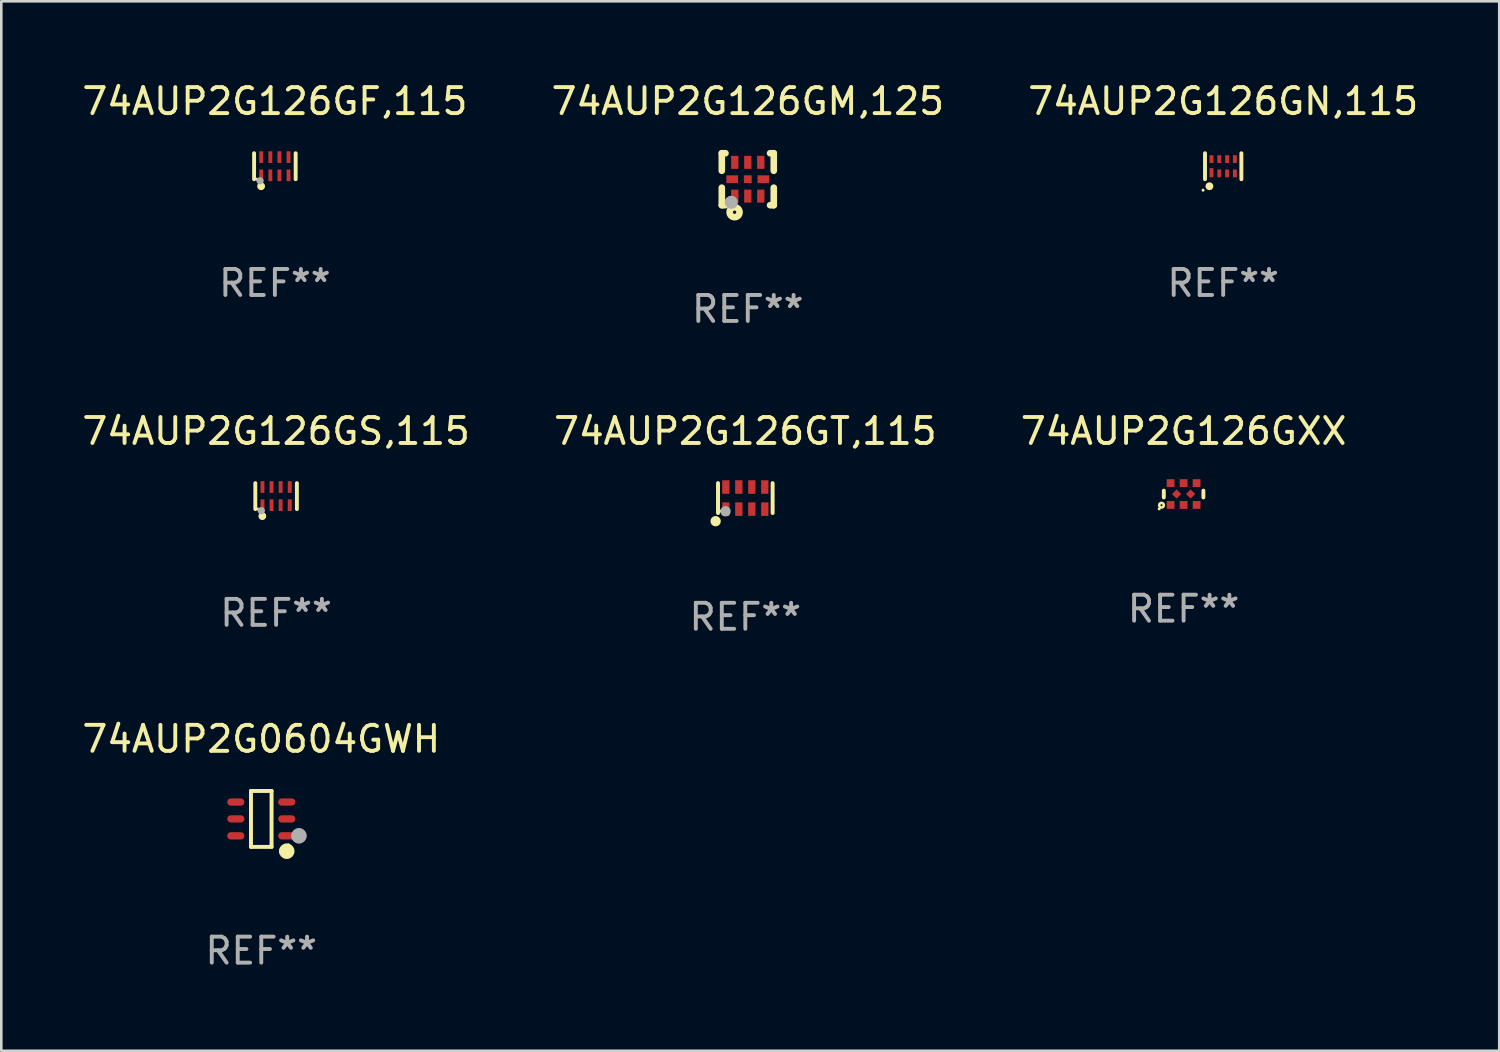
<source format=kicad_pcb>
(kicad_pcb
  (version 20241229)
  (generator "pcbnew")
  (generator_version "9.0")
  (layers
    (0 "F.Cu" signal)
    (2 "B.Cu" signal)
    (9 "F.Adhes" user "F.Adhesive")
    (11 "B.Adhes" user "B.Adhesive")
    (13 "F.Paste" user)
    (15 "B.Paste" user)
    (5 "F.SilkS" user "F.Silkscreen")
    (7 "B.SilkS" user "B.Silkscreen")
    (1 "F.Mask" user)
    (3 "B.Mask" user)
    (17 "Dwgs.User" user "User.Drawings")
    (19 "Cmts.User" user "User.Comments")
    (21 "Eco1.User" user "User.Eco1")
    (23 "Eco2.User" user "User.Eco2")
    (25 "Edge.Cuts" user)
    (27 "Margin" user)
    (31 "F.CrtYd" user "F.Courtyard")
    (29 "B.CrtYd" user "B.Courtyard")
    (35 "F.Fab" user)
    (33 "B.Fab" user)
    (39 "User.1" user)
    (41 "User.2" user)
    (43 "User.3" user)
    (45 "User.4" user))
  (footprint "74AUP2G126GT,115"
    (layer "F.Cu")
    (at 25.637 16.121)
    (property "Reference" "74AUP2G126GT,115" (at 0 -2.576 0) (layer "F.SilkS") (effects (font (size 1 1) (thickness 0.15))))
    (attr through_hole)
    (fp_line (start -1.051 0.576) (end -1.051 -0.576) (stroke (width 0.152) (type solid)) (layer "F.SilkS"))
    (fp_line (start 1.051 -0.576) (end 1.051 0.576) (stroke (width 0.152) (type solid)) (layer "F.SilkS"))
    (fp_circle (center -1.143 0.889) (end -1.043 0.889) (stroke (width 0.2) (type solid)) (fill no) (layer "F.SilkS"))
    (fp_circle (center -0.975 0.5) (end -0.945 0.5) (stroke (width 0.06) (type solid)) (fill no) (layer "F.SilkS"))
    (fp_circle (center -0.762 0.508) (end -0.662 0.508) (stroke (width 0.2) (type solid)) (fill no) (layer "F.Fab"))
    (fp_text user "REF**" (at 0 4.576 0) (layer "F.Fab") (effects (font (size 1 1) (thickness 0.15))))
    (pad "1" smd rect (at -0.75 0.425) (size 0.28 0.521) (layers "F.Cu" "F.Mask" "F.Paste"))
    (pad "2" smd rect (at -0.25 0.425) (size 0.28 0.521) (layers "F.Cu" "F.Mask" "F.Paste"))
    (pad "3" smd rect (at 0.25 0.425) (size 0.28 0.521) (layers "F.Cu" "F.Mask" "F.Paste"))
    (pad "4" smd rect (at 0.75 0.425) (size 0.28 0.521) (layers "F.Cu" "F.Mask" "F.Paste"))
    (pad "5" smd rect (at 0.75 -0.425) (size 0.28 0.521) (layers "F.Cu" "F.Mask" "F.Paste"))
    (pad "6" smd rect (at 0.25 -0.425) (size 0.28 0.521) (layers "F.Cu" "F.Mask" "F.Paste"))
    (pad "7" smd rect (at -0.25 -0.425) (size 0.28 0.521) (layers "F.Cu" "F.Mask" "F.Paste"))
    (pad "8" smd rect (at -0.75 -0.425) (size 0.28 0.521) (layers "F.Cu" "F.Mask" "F.Paste")))
  (footprint "74AUP2G126GM,125"
    (layer "F.Cu")
    (at 25.732 3.848)
    (property "Reference" "74AUP2G126GM,125" (at 0 -3 0) (layer "F.SilkS") (effects (font (size 1 1) (thickness 0.15))))
    (attr through_hole)
    (fp_line (start -1 -1) (end -0.858 -1) (stroke (width 0.254) (type solid)) (layer "F.SilkS"))
    (fp_line (start -1 -0.325) (end -1 -1) (stroke (width 0.254) (type solid)) (layer "F.SilkS"))
    (fp_line (start -1 1) (end -1 0.325) (stroke (width 0.254) (type solid)) (layer "F.SilkS"))
    (fp_line (start -0.858 1) (end -1 1) (stroke (width 0.254) (type solid)) (layer "F.SilkS"))
    (fp_line (start 0.858 -1) (end 1 -1) (stroke (width 0.254) (type solid)) (layer "F.SilkS"))
    (fp_line (start 1 -1) (end 1 -0.325) (stroke (width 0.254) (type solid)) (layer "F.SilkS"))
    (fp_line (start 1 0.325) (end 1 1) (stroke (width 0.254) (type solid)) (layer "F.SilkS"))
    (fp_line (start 1 1) (end 0.858 1) (stroke (width 0.254) (type solid)) (layer "F.SilkS"))
    (fp_circle (center -0.8 0.8) (end -0.77 0.8) (stroke (width 0.06) (type solid)) (fill no) (layer "F.SilkS"))
    (fp_circle (center -0.508 1.27) (end -0.444 1.27) (stroke (width 0.254) (type solid)) (fill no) (layer "F.SilkS"))
    (fp_circle (center -0.635 0.889) (end -0.508 0.889) (stroke (width 0.254) (type solid)) (fill no) (layer "F.Fab"))
    (fp_text user "REF**" (at 0 5 0) (layer "F.Fab") (effects (font (size 1 1) (thickness 0.15))))
    (pad "1" smd rect (at -0.5 0.65 90) (size 0.5 0.28) (layers "F.Cu" "F.Mask" "F.Paste"))
    (pad "2" smd rect (at 0.000013 0.65 90) (size 0.5 0.28) (layers "F.Cu" "F.Mask" "F.Paste"))
    (pad "3" smd rect (at 0.5 0.65 90) (size 0.5 0.28) (layers "F.Cu" "F.Mask" "F.Paste"))
    (pad "4" smd rect (at 0.6 0.000076 180) (size 0.45 0.3) (layers "F.Cu" "F.Mask" "F.Paste"))
    (pad "5" smd rect (at 0.5 -0.65 90) (size 0.5 0.28) (layers "F.Cu" "F.Mask" "F.Paste"))
    (pad "6" smd rect (at 0.000013 -0.65 90) (size 0.5 0.28) (layers "F.Cu" "F.Mask" "F.Paste"))
    (pad "7" smd rect (at -0.5 -0.65 90) (size 0.5 0.28) (layers "F.Cu" "F.Mask" "F.Paste"))
    (pad "8" smd rect (at -0.6 0.000076 180) (size 0.45 0.3) (layers "F.Cu" "F.Mask" "F.Paste"))
    (pad "9" smd rect (at 0.000013 0.000076 180) (size 0.3 0.3) (layers "F.Cu" "F.Mask" "F.Paste")))
  (footprint "74AUP2G126GS,115"
    (layer "F.Cu")
    (at 7.577 16.045)
    (property "Reference" "74AUP2G126GS,115" (at 0 -2.5 0) (layer "F.SilkS") (effects (font (size 1 1) (thickness 0.15))))
    (attr through_hole)
    (fp_line (start -0.8 -0.5) (end -0.8 0.5) (stroke (width 0.15) (type solid)) (layer "F.SilkS"))
    (fp_line (start 0.8 -0.5) (end 0.8 0.5) (stroke (width 0.15) (type solid)) (layer "F.SilkS"))
    (fp_circle (center -0.7 0.5) (end -0.67 0.5) (stroke (width 0.06) (type solid)) (fill no) (layer "F.SilkS"))
    (fp_circle (center -0.53 0.77) (end -0.454 0.77) (stroke (width 0.15) (type solid)) (fill no) (layer "F.SilkS"))
    (fp_circle (center -0.57 0.56) (end -0.5 0.56) (stroke (width 0.14) (type solid)) (fill no) (layer "F.Fab"))
    (fp_text user "REF**" (at 0 4.5 0) (layer "F.Fab") (effects (font (size 1 1) (thickness 0.15))))
    (pad "1" smd rect (at -0.525 0.35) (size 0.15 0.45) (layers "F.Cu" "F.Mask" "F.Paste"))
    (pad "2" smd rect (at -0.175 0.35) (size 0.15 0.45) (layers "F.Cu" "F.Mask" "F.Paste"))
    (pad "3" smd rect (at 0.175 0.35) (size 0.15 0.45) (layers "F.Cu" "F.Mask" "F.Paste"))
    (pad "4" smd rect (at 0.525 0.35) (size 0.15 0.45) (layers "F.Cu" "F.Mask" "F.Paste"))
    (pad "5" smd rect (at 0.525 -0.35) (size 0.15 0.45) (layers "F.Cu" "F.Mask" "F.Paste"))
    (pad "6" smd rect (at 0.175 -0.35) (size 0.15 0.45) (layers "F.Cu" "F.Mask" "F.Paste"))
    (pad "7" smd rect (at -0.175 -0.35) (size 0.15 0.45) (layers "F.Cu" "F.Mask" "F.Paste"))
    (pad "8" smd rect (at -0.525 -0.35) (size 0.15 0.45) (layers "F.Cu" "F.Mask" "F.Paste")))
  (footprint "74AUP2G126GF,115"
    (layer "F.Cu")
    (at 7.53 3.348)
    (property "Reference" "74AUP2G126GF,115" (at 0 -2.5 0) (layer "F.SilkS") (effects (font (size 1 1) (thickness 0.15))))
    (attr through_hole)
    (fp_line (start -0.8 -0.5) (end -0.8 0.5) (stroke (width 0.15) (type solid)) (layer "F.SilkS"))
    (fp_line (start 0.8 -0.5) (end 0.8 0.5) (stroke (width 0.15) (type solid)) (layer "F.SilkS"))
    (fp_circle (center -0.7 0.5) (end -0.67 0.5) (stroke (width 0.06) (type solid)) (fill no) (layer "F.SilkS"))
    (fp_circle (center -0.53 0.77) (end -0.454 0.77) (stroke (width 0.15) (type solid)) (fill no) (layer "F.SilkS"))
    (fp_circle (center -0.57 0.56) (end -0.5 0.56) (stroke (width 0.14) (type solid)) (fill no) (layer "F.Fab"))
    (fp_text user "REF**" (at 0 4.5 0) (layer "F.Fab") (effects (font (size 1 1) (thickness 0.15))))
    (pad "1" smd rect (at -0.525 0.35) (size 0.15 0.45) (layers "F.Cu" "F.Mask" "F.Paste"))
    (pad "2" smd rect (at -0.175 0.35) (size 0.15 0.45) (layers "F.Cu" "F.Mask" "F.Paste"))
    (pad "3" smd rect (at 0.175 0.35) (size 0.15 0.45) (layers "F.Cu" "F.Mask" "F.Paste"))
    (pad "4" smd rect (at 0.525 0.35) (size 0.15 0.45) (layers "F.Cu" "F.Mask" "F.Paste"))
    (pad "5" smd rect (at 0.525 -0.35) (size 0.15 0.45) (layers "F.Cu" "F.Mask" "F.Paste"))
    (pad "6" smd rect (at 0.175 -0.35) (size 0.15 0.45) (layers "F.Cu" "F.Mask" "F.Paste"))
    (pad "7" smd rect (at -0.175 -0.35) (size 0.15 0.45) (layers "F.Cu" "F.Mask" "F.Paste"))
    (pad "8" smd rect (at -0.525 -0.35) (size 0.15 0.45) (layers "F.Cu" "F.Mask" "F.Paste")))
  (footprint "74AUP2G126GN,115"
    (layer "F.Cu")
    (at 44.03 3.348)
    (property "Reference" "74AUP2G126GN,115" (at 0 -2.5 0) (layer "F.SilkS") (effects (font (size 1 1) (thickness 0.15))))
    (attr through_hole)
    (fp_line (start -0.7 -0.5) (end -0.7 0.5) (stroke (width 0.15) (type solid)) (layer "F.SilkS"))
    (fp_line (start 0.7 -0.5) (end 0.7 0.5) (stroke (width 0.15) (type solid)) (layer "F.SilkS"))
    (fp_circle (center -0.775 0.922) (end -0.745 0.922) (stroke (width 0.06) (type solid)) (fill no) (layer "F.SilkS"))
    (fp_circle (center -0.53 0.77) (end -0.454 0.77) (stroke (width 0.15) (type solid)) (fill no) (layer "F.SilkS"))
    (fp_text user "REF**" (at 0 4.5 0) (layer "F.Fab") (effects (font (size 1 1) (thickness 0.15))))
    (pad "1" smd rect (at -0.45 0.25) (size 0.15 0.35) (layers "F.Cu" "F.Mask" "F.Paste"))
    (pad "2" smd rect (at -0.15 0.275) (size 0.15 0.3) (layers "F.Cu" "F.Mask" "F.Paste"))
    (pad "3" smd rect (at 0.15 0.275) (size 0.15 0.3) (layers "F.Cu" "F.Mask" "F.Paste"))
    (pad "4" smd rect (at 0.45 0.275) (size 0.15 0.3) (layers "F.Cu" "F.Mask" "F.Paste"))
    (pad "5" smd rect (at 0.45 -0.275) (size 0.15 0.3) (layers "F.Cu" "F.Mask" "F.Paste"))
    (pad "6" smd rect (at 0.15 -0.275) (size 0.15 0.3) (layers "F.Cu" "F.Mask" "F.Paste"))
    (pad "7" smd rect (at -0.15 -0.275) (size 0.15 0.3) (layers "F.Cu" "F.Mask" "F.Paste"))
    (pad "8" smd rect (at -0.45 -0.275) (size 0.15 0.3) (layers "F.Cu" "F.Mask" "F.Paste")))
  (footprint "74AUP2G126GXX"
    (layer "F.Cu")
    (at 42.506 15.965)
    (property "Reference" "74AUP2G126GXX" (at 0 -2.42 0) (layer "F.SilkS") (effects (font (size 1 1) (thickness 0.15))))
    (attr through_hole)
    (fp_line (start -0.762 -0.131) (end -0.762 0.131) (stroke (width 0.15) (type solid)) (layer "F.SilkS"))
    (fp_line (start 0.762 -0.131) (end 0.762 0.131) (stroke (width 0.15) (type solid)) (layer "F.SilkS"))
    (fp_circle (center -0.939 0.57) (end -0.909 0.57) (stroke (width 0.06) (type solid)) (fill no) (layer "F.SilkS"))
    (fp_circle (center -0.85 0.43) (end -0.811 0.43) (stroke (width 0.1) (type solid)) (fill no) (layer "F.SilkS"))
    (fp_text user "REF**" (at 0 4.42 0) (layer "F.Fab") (effects (font (size 1 1) (thickness 0.15))))
    (pad "1" smd rect (at -0.5 0.42) (size 0.3 0.3) (layers "F.Cu" "F.Mask" "F.Paste"))
    (pad "2" smd rect (at 0.000127 0.42) (size 0.3 0.3) (layers "F.Cu" "F.Mask" "F.Paste"))
    (pad "3" smd rect (at 0.5 0.42) (size 0.3 0.3) (layers "F.Cu" "F.Mask" "F.Paste"))
    (pad "4" smd rect (at 0.27 0 45) (size 0.25 0.25) (layers "F.Cu" "F.Mask" "F.Paste"))
    (pad "5" smd rect (at 0.5 -0.42) (size 0.3 0.3) (layers "F.Cu" "F.Mask" "F.Paste"))
    (pad "6" smd rect (at 0.000127 -0.42) (size 0.3 0.3) (layers "F.Cu" "F.Mask" "F.Paste"))
    (pad "7" smd rect (at -0.5 -0.42) (size 0.3 0.3) (layers "F.Cu" "F.Mask" "F.Paste"))
    (pad "8" smd rect (at -0.27 0 45) (size 0.25 0.25) (layers "F.Cu" "F.Mask" "F.Paste")))
  (footprint "74AUP2G0604GWH"
    (layer "F.Cu")
    (at 7.006 28.47)
    (property "Reference" "74AUP2G0604GWH" (at 0 -3.076 0) (layer "F.SilkS") (effects (font (size 1 1) (thickness 0.15))))
    (attr through_hole)
    (fp_line (start -0.396 -1.076) (end 0.396 -1.076) (stroke (width 0.152) (type solid)) (layer "F.SilkS"))
    (fp_line (start -0.396 1.076) (end -0.396 -1.076) (stroke (width 0.152) (type solid)) (layer "F.SilkS"))
    (fp_line (start 0.396 -1.076) (end 0.396 1.076) (stroke (width 0.152) (type solid)) (layer "F.SilkS"))
    (fp_line (start 0.396 1.076) (end -0.396 1.076) (stroke (width 0.152) (type solid)) (layer "F.SilkS"))
    (fp_circle (center 0.98 1.242) (end 1.13 1.242) (stroke (width 0.3) (type solid)) (fill no) (layer "F.SilkS"))
    (fp_circle (center 1.05 1) (end 1.08 1) (stroke (width 0.06) (type solid)) (fill no) (layer "F.SilkS"))
    (fp_circle (center 1.45 0.65) (end 1.6 0.65) (stroke (width 0.3) (type solid)) (fill no) (layer "F.Fab"))
    (fp_text user "REF**" (at 0 5.076 0) (layer "F.Fab") (effects (font (size 1 1) (thickness 0.15))))
    (pad "1" smd oval (at 0.98 0.65 90) (size 0.28 0.66) (layers "F.Cu" "F.Mask" "F.Paste"))
    (pad "2" smd oval (at 0.98 0 90) (size 0.28 0.66) (layers "F.Cu" "F.Mask" "F.Paste"))
    (pad "3" smd oval (at 0.98 -0.65 90) (size 0.28 0.66) (layers "F.Cu" "F.Mask" "F.Paste"))
    (pad "4" smd oval (at -0.98 -0.65 90) (size 0.28 0.66) (layers "F.Cu" "F.Mask" "F.Paste"))
    (pad "5" smd oval (at -0.98 0 90) (size 0.28 0.66) (layers "F.Cu" "F.Mask" "F.Paste"))
    (pad "6" smd oval (at -0.98 0.65 90) (size 0.28 0.66) (layers "F.Cu" "F.Mask" "F.Paste")))
  (gr_rect
    (start -3 -3)
    (end 54.655 37.394)
    (stroke (width 0.1) (type default))
    (fill no)
    (layer "Edge.Cuts")))
</source>
